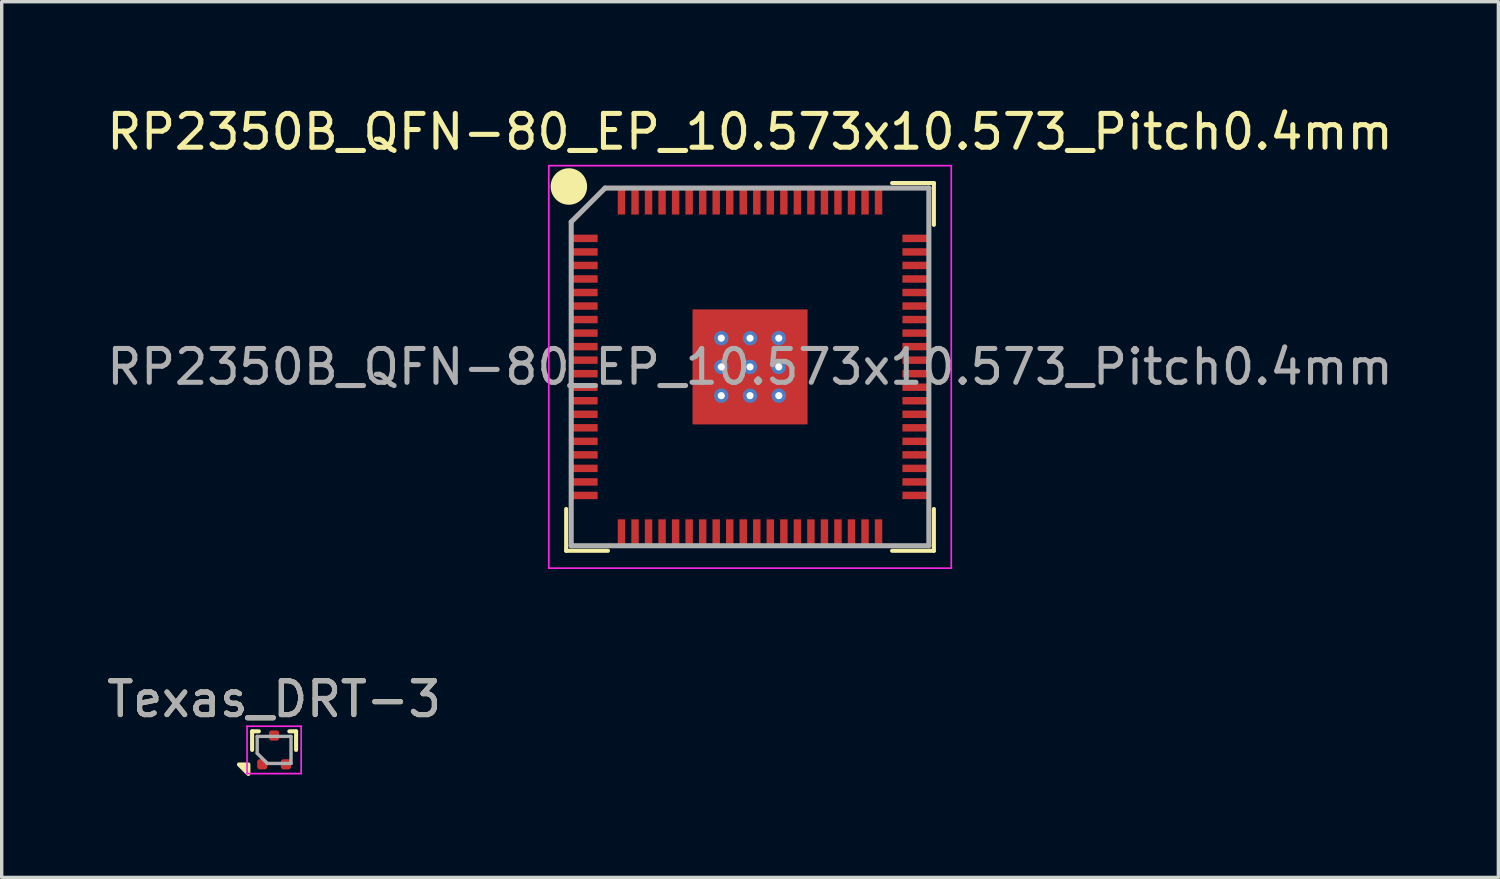
<source format=kicad_pcb>
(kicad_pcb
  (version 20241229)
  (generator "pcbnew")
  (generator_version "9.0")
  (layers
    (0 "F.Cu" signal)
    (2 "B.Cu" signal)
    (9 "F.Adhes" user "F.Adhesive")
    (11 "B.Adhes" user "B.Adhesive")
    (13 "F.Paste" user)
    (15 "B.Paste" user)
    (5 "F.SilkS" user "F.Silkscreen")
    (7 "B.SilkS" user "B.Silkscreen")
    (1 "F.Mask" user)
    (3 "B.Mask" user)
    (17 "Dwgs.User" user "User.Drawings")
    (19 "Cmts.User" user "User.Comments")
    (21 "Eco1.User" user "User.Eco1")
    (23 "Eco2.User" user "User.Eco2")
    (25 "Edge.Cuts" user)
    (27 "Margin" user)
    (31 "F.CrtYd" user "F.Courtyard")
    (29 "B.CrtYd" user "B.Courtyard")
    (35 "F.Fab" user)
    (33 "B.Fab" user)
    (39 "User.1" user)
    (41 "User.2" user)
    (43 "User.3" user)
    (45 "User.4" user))
  (footprint "RP2350B_QFN-80_EP_10.573x10.573_Pitch0.4mm"
    (layer "F.Cu")
    (at 19.125 7.798)
    (property "Reference" "RP2350B_QFN-80_EP_10.573x10.573_Pitch0.4mm" (at 0 -6.95 0) (layer "F.SilkS") (effects (font (size 1 1) (thickness 0.15))))
    (attr smd)
    (fp_line (start -5.436 5.436) (end -5.436 4.2) (stroke (width 0.12) (type default)) (layer "F.SilkS"))
    (fp_line (start -4.2 5.436) (end -5.436 5.436) (stroke (width 0.12) (type default)) (layer "F.SilkS"))
    (fp_line (start 4.2 -5.436) (end 5.436 -5.436) (stroke (width 0.12) (type default)) (layer "F.SilkS"))
    (fp_line (start 4.2 5.436) (end 5.436 5.436) (stroke (width 0.12) (type default)) (layer "F.SilkS"))
    (fp_line (start 5.436 -5.436) (end 5.436 -4.2) (stroke (width 0.12) (type default)) (layer "F.SilkS"))
    (fp_line (start 5.436 5.436) (end 5.436 4.2) (stroke (width 0.12) (type default)) (layer "F.SilkS"))
    (fp_circle (center -5.356 -5.334) (end -4.877 -5.334) (stroke (width 0.12) (type solid)) (fill yes) (layer "F.SilkS"))
    (fp_line (start -5.95 -5.95) (end 5.95 -5.95) (stroke (width 0.05) (type default)) (layer "F.CrtYd"))
    (fp_line (start -5.95 5.95) (end -5.95 -5.95) (stroke (width 0.05) (type default)) (layer "F.CrtYd"))
    (fp_line (start 5.95 -5.95) (end 5.95 5.95) (stroke (width 0.05) (type default)) (layer "F.CrtYd"))
    (fp_line (start 5.95 5.95) (end -5.95 5.95) (stroke (width 0.05) (type default)) (layer "F.CrtYd"))
    (fp_line (start -5.287 -4.287) (end -5.287 5.287) (stroke (width 0.15) (type default)) (layer "F.Fab"))
    (fp_line (start -5.287 5.287) (end 5.287 5.287) (stroke (width 0.15) (type default)) (layer "F.Fab"))
    (fp_line (start -4.287 -5.287) (end -5.287 -4.287) (stroke (width 0.15) (type default)) (layer "F.Fab"))
    (fp_line (start 5.287 -5.287) (end -4.287 -5.287) (stroke (width 0.15) (type default)) (layer "F.Fab"))
    (fp_line (start 5.287 5.287) (end 5.287 -5.287) (stroke (width 0.15) (type default)) (layer "F.Fab"))
    (fp_text user "${REFERENCE}" (at 0 0 0) (layer "F.Fab") (effects (font (size 1 1) (thickness 0.15))))
    (pad "" smd rect (at -1.275 -1.275) (size 0.1 0.1) (layers "F.Paste"))
    (pad "" smd rect (at -1.275 -0.425) (size 0.1 0.1) (layers "F.Paste"))
    (pad "" smd rect (at -1.275 0.425) (size 0.1 0.1) (layers "F.Paste"))
    (pad "" smd rect (at -1.275 1.275) (size 0.1 0.1) (layers "F.Paste"))
    (pad "" smd rect (at -0.425 -1.275) (size 0.1 0.1) (layers "F.Paste"))
    (pad "" smd rect (at -0.425 -0.425) (size 0.1 0.1) (layers "F.Paste"))
    (pad "" smd rect (at -0.425 0.425) (size 0.1 0.1) (layers "F.Paste"))
    (pad "" smd rect (at -0.425 1.275) (size 0.1 0.1) (layers "F.Paste"))
    (pad "" smd rect (at 0.425 -1.275) (size 0.1 0.1) (layers "F.Paste"))
    (pad "" smd rect (at 0.425 -0.425) (size 0.1 0.1) (layers "F.Paste"))
    (pad "" smd rect (at 0.425 0.425) (size 0.1 0.1) (layers "F.Paste"))
    (pad "" smd rect (at 0.425 1.275) (size 0.1 0.1) (layers "F.Paste"))
    (pad "" smd rect (at 1.275 -1.275) (size 0.1 0.1) (layers "F.Paste"))
    (pad "" smd rect (at 1.275 -0.425) (size 0.1 0.1) (layers "F.Paste"))
    (pad "" smd rect (at 1.275 0.425) (size 0.1 0.1) (layers "F.Paste"))
    (pad "" smd rect (at 1.275 1.275) (size 0.1 0.1) (layers "F.Paste"))
    (pad "1" smd rect (at -4.896 -3.8 90) (size 0.22 0.78) (layers "F.Cu" "F.Mask" "F.Paste"))
    (pad "2" smd rect (at -4.896 -3.4 90) (size 0.22 0.78) (layers "F.Cu" "F.Mask" "F.Paste"))
    (pad "3" smd rect (at -4.896 -3 90) (size 0.22 0.78) (layers "F.Cu" "F.Mask" "F.Paste"))
    (pad "4" smd rect (at -4.896 -2.6 90) (size 0.22 0.78) (layers "F.Cu" "F.Mask" "F.Paste"))
    (pad "5" smd rect (at -4.896 -2.2 90) (size 0.22 0.78) (layers "F.Cu" "F.Mask" "F.Paste"))
    (pad "6" smd rect (at -4.896 -1.8 90) (size 0.22 0.78) (layers "F.Cu" "F.Mask" "F.Paste"))
    (pad "7" smd rect (at -4.896 -1.4 90) (size 0.22 0.78) (layers "F.Cu" "F.Mask" "F.Paste"))
    (pad "8" smd rect (at -4.896 -1 90) (size 0.22 0.78) (layers "F.Cu" "F.Mask" "F.Paste"))
    (pad "9" smd rect (at -4.896 -0.6 90) (size 0.22 0.78) (layers "F.Cu" "F.Mask" "F.Paste"))
    (pad "10" smd rect (at -4.896 -0.2 90) (size 0.22 0.78) (layers "F.Cu" "F.Mask" "F.Paste"))
    (pad "11" smd rect (at -4.896 0.2 90) (size 0.22 0.78) (layers "F.Cu" "F.Mask" "F.Paste"))
    (pad "12" smd rect (at -4.896 0.6 90) (size 0.22 0.78) (layers "F.Cu" "F.Mask" "F.Paste"))
    (pad "13" smd rect (at -4.896 1 90) (size 0.22 0.78) (layers "F.Cu" "F.Mask" "F.Paste"))
    (pad "14" smd rect (at -4.896 1.4 90) (size 0.22 0.78) (layers "F.Cu" "F.Mask" "F.Paste"))
    (pad "15" smd rect (at -4.896 1.8 90) (size 0.22 0.78) (layers "F.Cu" "F.Mask" "F.Paste"))
    (pad "16" smd rect (at -4.896 2.2 90) (size 0.22 0.78) (layers "F.Cu" "F.Mask" "F.Paste"))
    (pad "17" smd rect (at -4.896 2.6 90) (size 0.22 0.78) (layers "F.Cu" "F.Mask" "F.Paste"))
    (pad "18" smd rect (at -4.896 3 90) (size 0.22 0.78) (layers "F.Cu" "F.Mask" "F.Paste"))
    (pad "19" smd rect (at -4.896 3.4 90) (size 0.22 0.78) (layers "F.Cu" "F.Mask" "F.Paste"))
    (pad "20" smd rect (at -4.896 3.8 90) (size 0.22 0.78) (layers "F.Cu" "F.Mask" "F.Paste"))
    (pad "21" smd rect (at -3.8 4.896) (size 0.22 0.78) (layers "F.Cu" "F.Mask" "F.Paste"))
    (pad "22" smd rect (at -3.4 4.896) (size 0.22 0.78) (layers "F.Cu" "F.Mask" "F.Paste"))
    (pad "23" smd rect (at -3 4.896) (size 0.22 0.78) (layers "F.Cu" "F.Mask" "F.Paste"))
    (pad "24" smd rect (at -2.6 4.896) (size 0.22 0.78) (layers "F.Cu" "F.Mask" "F.Paste"))
    (pad "25" smd rect (at -2.2 4.896) (size 0.22 0.78) (layers "F.Cu" "F.Mask" "F.Paste"))
    (pad "26" smd rect (at -1.8 4.896) (size 0.22 0.78) (layers "F.Cu" "F.Mask" "F.Paste"))
    (pad "27" smd rect (at -1.4 4.896) (size 0.22 0.78) (layers "F.Cu" "F.Mask" "F.Paste"))
    (pad "28" smd rect (at -1 4.896) (size 0.22 0.78) (layers "F.Cu" "F.Mask" "F.Paste"))
    (pad "29" smd rect (at -0.6 4.896) (size 0.22 0.78) (layers "F.Cu" "F.Mask" "F.Paste"))
    (pad "30" smd rect (at -0.2 4.896) (size 0.22 0.78) (layers "F.Cu" "F.Mask" "F.Paste"))
    (pad "31" smd rect (at 0.2 4.896) (size 0.22 0.78) (layers "F.Cu" "F.Mask" "F.Paste"))
    (pad "32" smd rect (at 0.6 4.896) (size 0.22 0.78) (layers "F.Cu" "F.Mask" "F.Paste"))
    (pad "33" smd rect (at 1 4.896) (size 0.22 0.78) (layers "F.Cu" "F.Mask" "F.Paste"))
    (pad "34" smd rect (at 1.4 4.896) (size 0.22 0.78) (layers "F.Cu" "F.Mask" "F.Paste"))
    (pad "35" smd rect (at 1.8 4.896) (size 0.22 0.78) (layers "F.Cu" "F.Mask" "F.Paste"))
    (pad "36" smd rect (at 2.2 4.896) (size 0.22 0.78) (layers "F.Cu" "F.Mask" "F.Paste"))
    (pad "37" smd rect (at 2.6 4.896) (size 0.22 0.78) (layers "F.Cu" "F.Mask" "F.Paste"))
    (pad "38" smd rect (at 3 4.896) (size 0.22 0.78) (layers "F.Cu" "F.Mask" "F.Paste"))
    (pad "39" smd rect (at 3.4 4.896) (size 0.22 0.78) (layers "F.Cu" "F.Mask" "F.Paste"))
    (pad "40" smd rect (at 3.8 4.896) (size 0.22 0.78) (layers "F.Cu" "F.Mask" "F.Paste"))
    (pad "41" smd rect (at 4.896 3.8 90) (size 0.22 0.78) (layers "F.Cu" "F.Mask" "F.Paste"))
    (pad "42" smd rect (at 4.896 3.4 90) (size 0.22 0.78) (layers "F.Cu" "F.Mask" "F.Paste"))
    (pad "43" smd rect (at 4.896 3 90) (size 0.22 0.78) (layers "F.Cu" "F.Mask" "F.Paste"))
    (pad "44" smd rect (at 4.896 2.6 90) (size 0.22 0.78) (layers "F.Cu" "F.Mask" "F.Paste"))
    (pad "45" smd rect (at 4.896 2.2 90) (size 0.22 0.78) (layers "F.Cu" "F.Mask" "F.Paste"))
    (pad "46" smd rect (at 4.896 1.8 90) (size 0.22 0.78) (layers "F.Cu" "F.Mask" "F.Paste"))
    (pad "47" smd rect (at 4.896 1.4 90) (size 0.22 0.78) (layers "F.Cu" "F.Mask" "F.Paste"))
    (pad "48" smd rect (at 4.896 1 90) (size 0.22 0.78) (layers "F.Cu" "F.Mask" "F.Paste"))
    (pad "49" smd rect (at 4.896 0.6 90) (size 0.22 0.78) (layers "F.Cu" "F.Mask" "F.Paste"))
    (pad "50" smd rect (at 4.896 0.2 90) (size 0.22 0.78) (layers "F.Cu" "F.Mask" "F.Paste"))
    (pad "51" smd rect (at 4.896 -0.2 90) (size 0.22 0.78) (layers "F.Cu" "F.Mask" "F.Paste"))
    (pad "52" smd rect (at 4.896 -0.6 90) (size 0.22 0.78) (layers "F.Cu" "F.Mask" "F.Paste"))
    (pad "53" smd rect (at 4.896 -1 90) (size 0.22 0.78) (layers "F.Cu" "F.Mask" "F.Paste"))
    (pad "54" smd rect (at 4.896 -1.4 90) (size 0.22 0.78) (layers "F.Cu" "F.Mask" "F.Paste"))
    (pad "55" smd rect (at 4.896 -1.8 90) (size 0.22 0.78) (layers "F.Cu" "F.Mask" "F.Paste"))
    (pad "56" smd rect (at 4.896 -2.2 90) (size 0.22 0.78) (layers "F.Cu" "F.Mask" "F.Paste"))
    (pad "57" smd rect (at 4.896 -2.6 90) (size 0.22 0.78) (layers "F.Cu" "F.Mask" "F.Paste"))
    (pad "58" smd rect (at 4.896 -3 90) (size 0.22 0.78) (layers "F.Cu" "F.Mask" "F.Paste"))
    (pad "59" smd rect (at 4.896 -3.4 90) (size 0.22 0.78) (layers "F.Cu" "F.Mask" "F.Paste"))
    (pad "60" smd rect (at 4.896 -3.8 90) (size 0.22 0.78) (layers "F.Cu" "F.Mask" "F.Paste"))
    (pad "61" smd rect (at 3.8 -4.896) (size 0.22 0.78) (layers "F.Cu" "F.Mask" "F.Paste"))
    (pad "62" smd rect (at 3.4 -4.896) (size 0.22 0.78) (layers "F.Cu" "F.Mask" "F.Paste"))
    (pad "63" smd rect (at 3 -4.896) (size 0.22 0.78) (layers "F.Cu" "F.Mask" "F.Paste"))
    (pad "64" smd rect (at 2.6 -4.896) (size 0.22 0.78) (layers "F.Cu" "F.Mask" "F.Paste"))
    (pad "65" smd rect (at 2.2 -4.896) (size 0.22 0.78) (layers "F.Cu" "F.Mask" "F.Paste"))
    (pad "66" smd rect (at 1.8 -4.896) (size 0.22 0.78) (layers "F.Cu" "F.Mask" "F.Paste"))
    (pad "67" smd rect (at 1.4 -4.896) (size 0.22 0.78) (layers "F.Cu" "F.Mask" "F.Paste"))
    (pad "68" smd rect (at 1 -4.896) (size 0.22 0.78) (layers "F.Cu" "F.Mask" "F.Paste"))
    (pad "69" smd rect (at 0.6 -4.896) (size 0.22 0.78) (layers "F.Cu" "F.Mask" "F.Paste"))
    (pad "70" smd rect (at 0.2 -4.896) (size 0.22 0.78) (layers "F.Cu" "F.Mask" "F.Paste"))
    (pad "71" smd rect (at -0.2 -4.896) (size 0.22 0.78) (layers "F.Cu" "F.Mask" "F.Paste"))
    (pad "72" smd rect (at -0.6 -4.896) (size 0.22 0.78) (layers "F.Cu" "F.Mask" "F.Paste"))
    (pad "73" smd rect (at -1 -4.896) (size 0.22 0.78) (layers "F.Cu" "F.Mask" "F.Paste"))
    (pad "74" smd rect (at -1.4 -4.896) (size 0.22 0.78) (layers "F.Cu" "F.Mask" "F.Paste"))
    (pad "75" smd rect (at -1.8 -4.896) (size 0.22 0.78) (layers "F.Cu" "F.Mask" "F.Paste"))
    (pad "76" smd rect (at -2.2 -4.896) (size 0.22 0.78) (layers "F.Cu" "F.Mask" "F.Paste"))
    (pad "77" smd rect (at -2.6 -4.896) (size 0.22 0.78) (layers "F.Cu" "F.Mask" "F.Paste"))
    (pad "78" smd rect (at -3 -4.896) (size 0.22 0.78) (layers "F.Cu" "F.Mask" "F.Paste"))
    (pad "79" smd rect (at -3.4 -4.896) (size 0.22 0.78) (layers "F.Cu" "F.Mask" "F.Paste"))
    (pad "80" smd rect (at -3.8 -4.896) (size 0.22 0.78) (layers "F.Cu" "F.Mask" "F.Paste"))
    (pad "81" thru_hole circle (at -0.85 -0.85) (size 0.425 0.425) (drill 0.212) (property pad_prop_heatsink) (layers "*.Cu" "*.Mask"))
    (pad "81" thru_hole circle (at -0.85 0) (size 0.425 0.425) (drill 0.212) (property pad_prop_heatsink) (layers "*.Cu" "*.Mask"))
    (pad "81" thru_hole circle (at -0.85 0.85) (size 0.425 0.425) (drill 0.212) (property pad_prop_heatsink) (layers "*.Cu" "*.Mask"))
    (pad "81" thru_hole circle (at 0 -0.85) (size 0.425 0.425) (drill 0.212) (property pad_prop_heatsink) (layers "*.Cu" "*.Mask"))
    (pad "81" thru_hole circle (at 0 0) (size 0.425 0.425) (drill 0.212) (property pad_prop_heatsink) (layers "*.Cu" "*.Mask"))
    (pad "81" smd rect (at 0 0) (size 3.4 3.4) (layers "F.Cu" "F.Mask"))
    (pad "81" thru_hole circle (at 0 0.85) (size 0.425 0.425) (drill 0.212) (property pad_prop_heatsink) (layers "*.Cu" "*.Mask"))
    (pad "81" thru_hole circle (at 0.85 -0.85) (size 0.425 0.425) (drill 0.212) (property pad_prop_heatsink) (layers "*.Cu" "*.Mask"))
    (pad "81" thru_hole circle (at 0.85 0) (size 0.425 0.425) (drill 0.212) (property pad_prop_heatsink) (layers "*.Cu" "*.Mask"))
    (pad "81" thru_hole circle (at 0.85 0.85) (size 0.425 0.425) (drill 0.212) (property pad_prop_heatsink) (layers "*.Cu" "*.Mask")))
  (footprint "Texas_DRT-3"
    (layer "F.Cu")
    (at 5.054 19.122)
    (property "Reference" "Texas_DRT-3" (at 0 -1.5 0) (layer "F.SilkS") (effects (font (size 1 1) (thickness 0.15))))
    (attr smd)
    (fp_line (start -0.65 -0.55) (end -0.45 -0.55) (stroke (width 0.12) (type solid)) (layer "F.SilkS"))
    (fp_line (start -0.65 0) (end -0.65 -0.55) (stroke (width 0.12) (type solid)) (layer "F.SilkS"))
    (fp_line (start 0.65 -0.55) (end 0.45 -0.55) (stroke (width 0.12) (type solid)) (layer "F.SilkS"))
    (fp_line (start 0.65 0) (end 0.65 -0.55) (stroke (width 0.12) (type solid)) (layer "F.SilkS"))
    (fp_poly (pts (xy -0.76 0.43) (xy -0.76 0.71) (xy -1.04 0.43) (xy -0.76 0.43)) (stroke (width 0.12) (type solid)) (fill yes) (layer "F.SilkS"))
    (fp_line (start -0.8 -0.7) (end 0.8 -0.7) (stroke (width 0.05) (type solid)) (layer "F.CrtYd"))
    (fp_line (start -0.8 0.7) (end -0.8 -0.7) (stroke (width 0.05) (type solid)) (layer "F.CrtYd"))
    (fp_line (start 0.8 -0.7) (end 0.8 0.7) (stroke (width 0.05) (type solid)) (layer "F.CrtYd"))
    (fp_line (start 0.8 0.7) (end -0.8 0.7) (stroke (width 0.05) (type solid)) (layer "F.CrtYd"))
    (fp_line (start -0.5 -0.4) (end 0.5 -0.4) (stroke (width 0.1) (type solid)) (layer "F.Fab"))
    (fp_line (start -0.5 0.1) (end -0.5 -0.4) (stroke (width 0.1) (type solid)) (layer "F.Fab"))
    (fp_line (start -0.5 0.1) (end -0.2 0.4) (stroke (width 0.1) (type solid)) (layer "F.Fab"))
    (fp_line (start 0.5 -0.4) (end 0.5 0.4) (stroke (width 0.1) (type solid)) (layer "F.Fab"))
    (fp_line (start 0.5 0.4) (end -0.2 0.4) (stroke (width 0.1) (type solid)) (layer "F.Fab"))
    (fp_text user "${REFERENCE}" (at 0 -1.5 0) (layer "F.Fab") (effects (font (size 1 1) (thickness 0.15))))
    (pad "1" smd roundrect (at -0.35 0.425) (size 0.3 0.3) (layers "F.Cu" "F.Mask" "F.Paste") (roundrect_rratio 0.25))
    (pad "2" smd roundrect (at 0.35 0.425) (size 0.3 0.3) (layers "F.Cu" "F.Mask" "F.Paste") (roundrect_rratio 0.25))
    (pad "3" smd roundrect (at 0 -0.425) (size 0.3 0.3) (layers "F.Cu" "F.Mask" "F.Paste") (roundrect_rratio 0.25)))
  (gr_rect
    (start -3 -3)
    (end 41.25 22.892)
    (stroke (width 0.1) (type default))
    (fill no)
    (layer "Edge.Cuts")))
</source>
